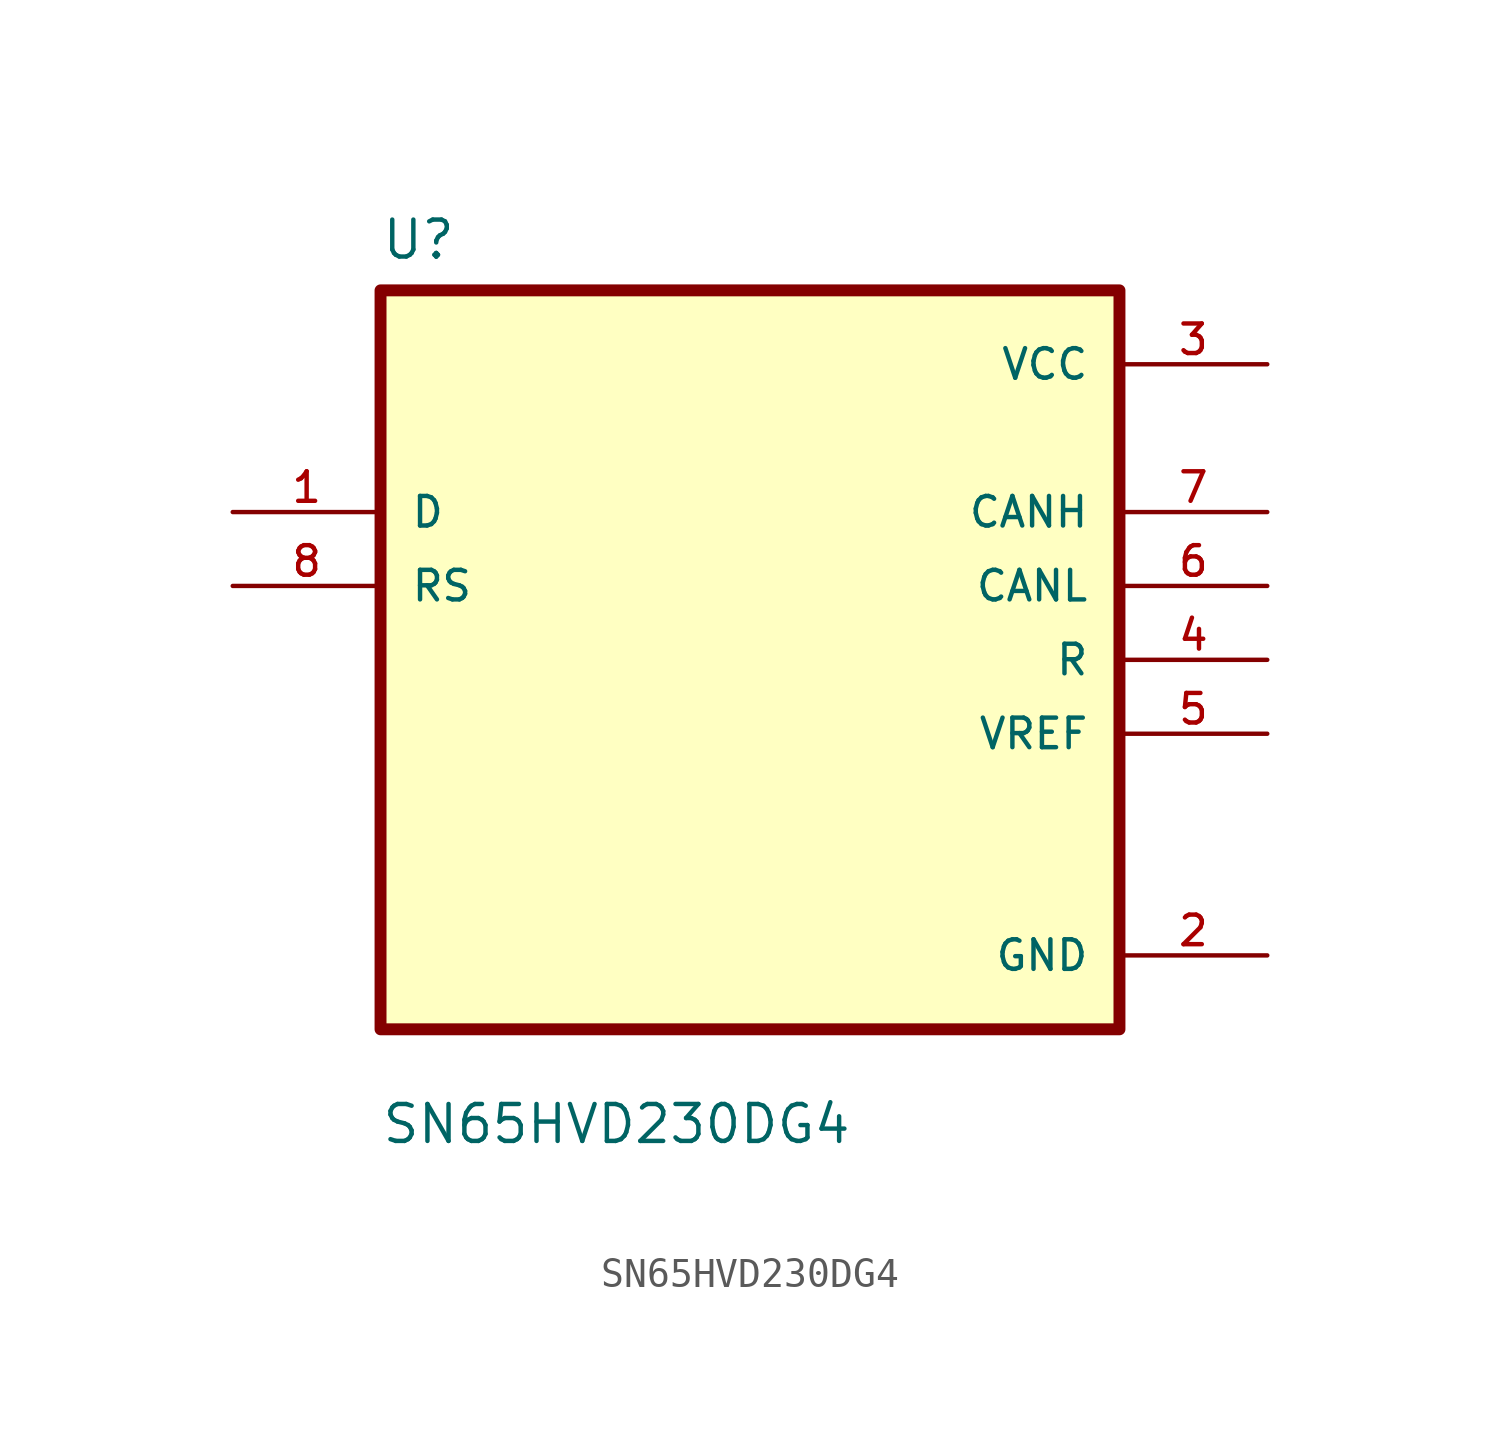
<source format=kicad_sym>
(kicad_symbol_lib
  (version 20211014)
  (generator kicad_symbol_editor)
  (symbol "SN65HVD230DG4"
    (pin_names
      (offset 1.016))
    (property "Reference" "U"
      (at -12.7 13.7 0.0)
      (effects (font (size 1.27 1.27)) (justify bottom left)))
    (property "Value" "SN65HVD230DG4"
      (at -12.7 -16.7 0.0)
      (effects (font (size 1.27 1.27)) (justify bottom left)))
    (symbol "SN65HVD230DG4_0_0"
      (rectangle (start -12.7 -12.7) (end 12.7 12.7) (stroke (width 0.41)) (fill (type background)))
      (pin input line (at -17.78 5.08 0) (length 5.08) (name "D" (effects (font (size 1.016 1.016)))) (number "1" (effects (font (size 1.016 1.016)))))
      (pin input line (at -17.78 2.54 0) (length 5.08) (name "RS" (effects (font (size 1.016 1.016)))) (number "8" (effects (font (size 1.016 1.016)))))
      (pin power_in line (at 17.78 10.16 180.0) (length 5.08) (name "VCC" (effects (font (size 1.016 1.016)))) (number "3" (effects (font (size 1.016 1.016)))))
      (pin output line (at 17.78 5.08 180.0) (length 5.08) (name "CANH" (effects (font (size 1.016 1.016)))) (number "7" (effects (font (size 1.016 1.016)))))
      (pin output line (at 17.78 2.54 180.0) (length 5.08) (name "CANL" (effects (font (size 1.016 1.016)))) (number "6" (effects (font (size 1.016 1.016)))))
      (pin output line (at 17.78 0.0 180.0) (length 5.08) (name "R" (effects (font (size 1.016 1.016)))) (number "4" (effects (font (size 1.016 1.016)))))
      (pin output line (at 17.78 -2.54 180.0) (length 5.08) (name "VREF" (effects (font (size 1.016 1.016)))) (number "5" (effects (font (size 1.016 1.016)))))
      (pin power_in line (at 17.78 -10.16 180.0) (length 5.08) (name "GND" (effects (font (size 1.016 1.016)))) (number "2" (effects (font (size 1.016 1.016))))))))
</source>
